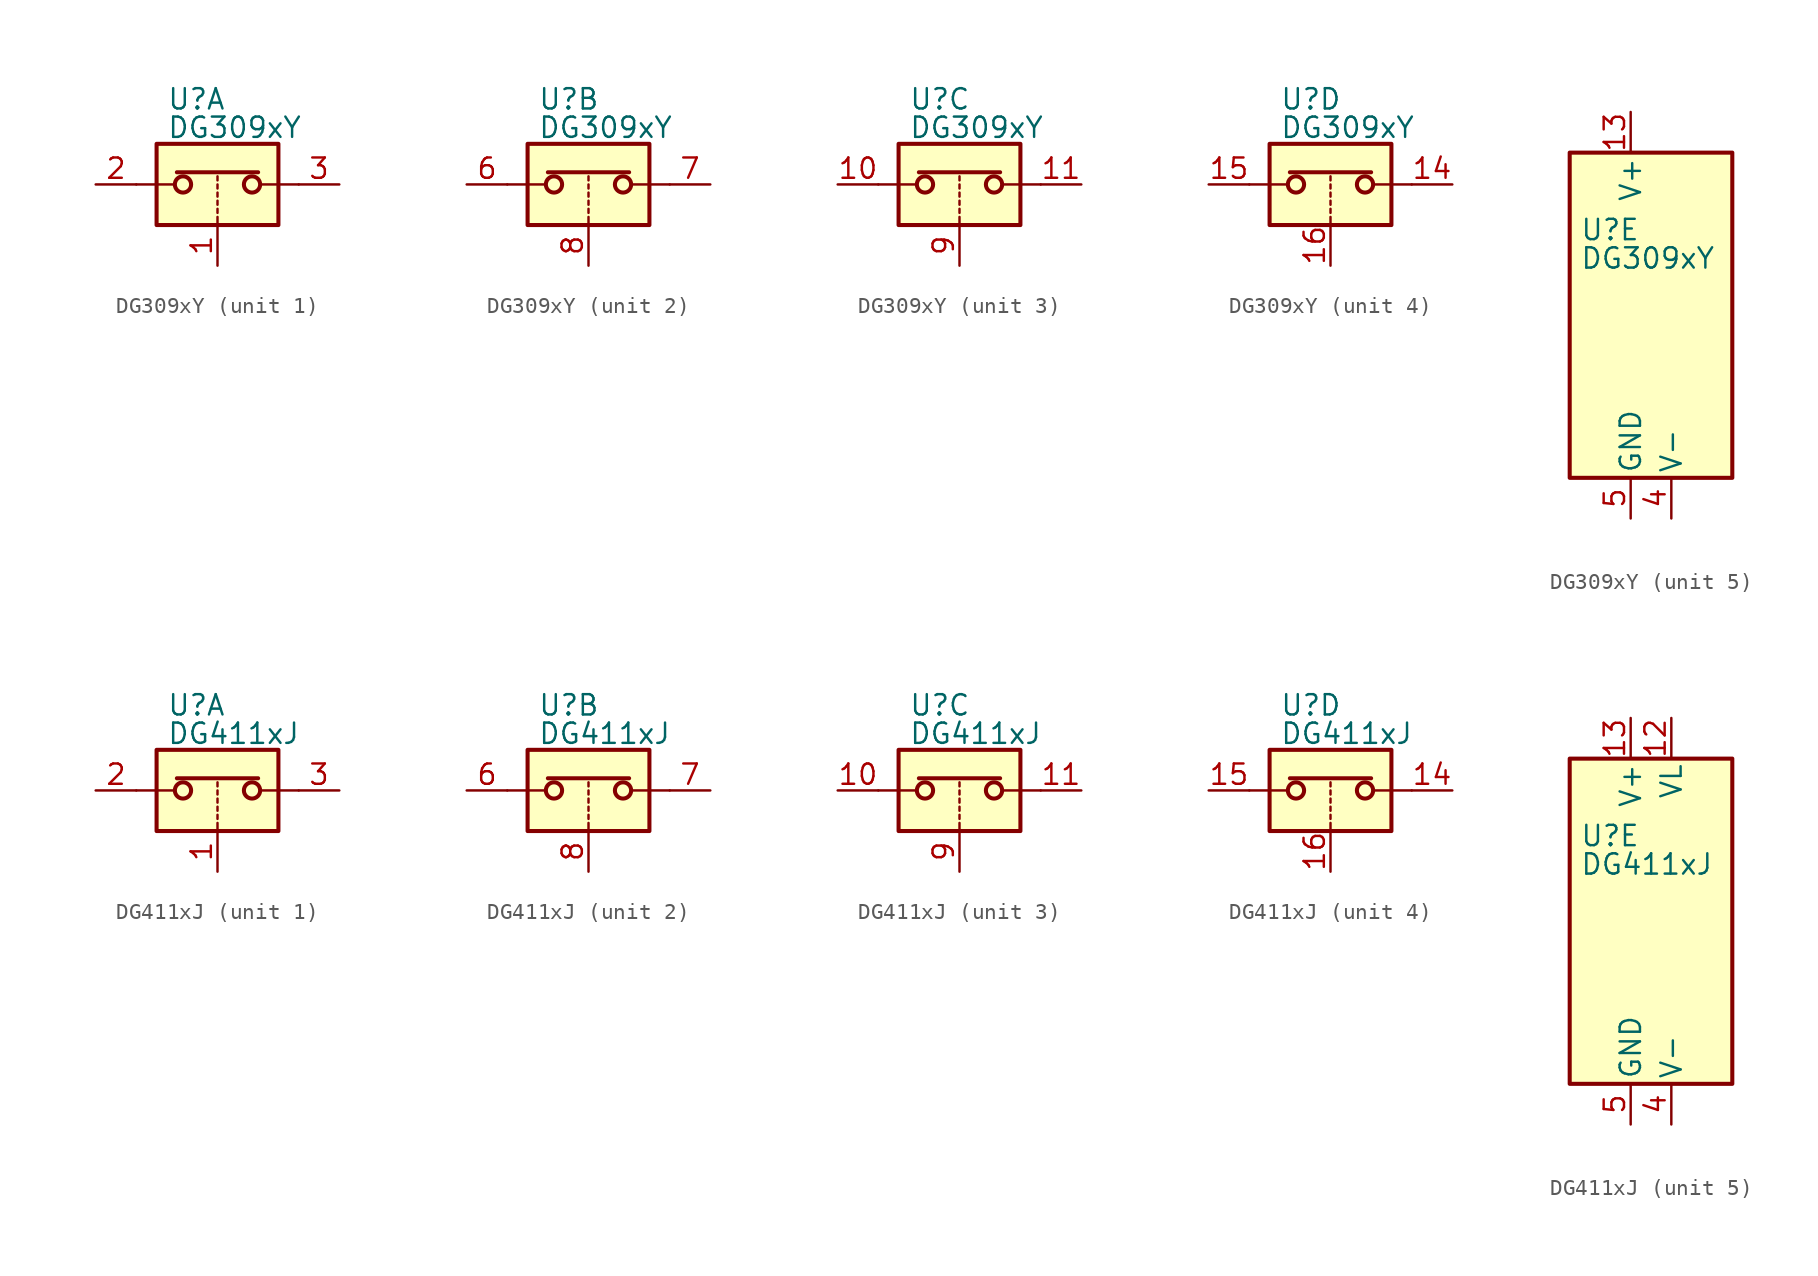
<source format=kicad_sym>
(kicad_symbol_lib
  (version 20200908)
  (generator kicad_symbol_editor)
  (symbol "Analog_Switch:DG309xY"
    (pin_names
      (offset 0.254))
    (property "Reference" "U"
      (at -3.175 5.334 0)
      (effects (font (size 1.27 1.27)) (justify left)))
    (property "Value" "DG309xY"
      (at -3.175 3.556 0)
      (effects (font (size 1.27 1.27)) (justify left)))
    (symbol "DG309xY_1_1"
      (circle (center -2.159 0) (radius 0.508) (stroke (width 0.254)) (fill (type none)))
      (circle (center 2.159 0) (radius 0.508) (stroke (width 0.254)) (fill (type none)))
      (rectangle (start -3.81 2.54) (end 3.81 -2.54) (stroke (width 0.254)) (fill (type background)))
      (polyline (pts (xy -5.08 0) (xy -2.794 0)) (stroke (width 0)) (fill (type none)))
      (polyline (pts (xy -2.54 0.762) (xy 2.54 0.762)) (stroke (width 0.254)) (fill (type none)))
      (polyline (pts (xy 0 -2.54) (xy 0 -2.032)) (stroke (width 0)) (fill (type none)))
      (polyline (pts (xy 0 -1.778) (xy 0 -1.524)) (stroke (width 0)) (fill (type none)))
      (polyline (pts (xy 0 -1.27) (xy 0 -1.016)) (stroke (width 0)) (fill (type none)))
      (polyline (pts (xy 0 -0.762) (xy 0 -0.508)) (stroke (width 0)) (fill (type none)))
      (polyline (pts (xy 0 -0.254) (xy 0 0)) (stroke (width 0)) (fill (type none)))
      (polyline (pts (xy 0 0.254) (xy 0 0.508)) (stroke (width 0)) (fill (type none)))
      (polyline (pts (xy 5.08 0) (xy 2.794 0)) (stroke (width 0)) (fill (type none)))
      (pin input line (at 0 -5.08 90) (length 2.54) (name "~" (effects (font (size 1.27 1.27)))) (number "1" (effects (font (size 1.27 1.27)))))
      (pin passive line (at -7.62 0 0) (length 2.54) (name "~" (effects (font (size 1.27 1.27)))) (number "2" (effects (font (size 1.27 1.27)))))
      (pin passive line (at 7.62 0 180) (length 2.54) (name "~" (effects (font (size 1.27 1.27)))) (number "3" (effects (font (size 1.27 1.27))))))
    (symbol "DG309xY_2_1"
      (circle (center -2.159 0) (radius 0.508) (stroke (width 0.254)) (fill (type none)))
      (circle (center 2.159 0) (radius 0.508) (stroke (width 0.254)) (fill (type none)))
      (rectangle (start -3.81 2.54) (end 3.81 -2.54) (stroke (width 0.254)) (fill (type background)))
      (polyline (pts (xy -5.08 0) (xy -2.794 0)) (stroke (width 0)) (fill (type none)))
      (polyline (pts (xy -2.54 0.762) (xy 2.54 0.762)) (stroke (width 0.254)) (fill (type none)))
      (polyline (pts (xy 0 -2.54) (xy 0 -2.032)) (stroke (width 0)) (fill (type none)))
      (polyline (pts (xy 0 -1.778) (xy 0 -1.524)) (stroke (width 0)) (fill (type none)))
      (polyline (pts (xy 0 -1.27) (xy 0 -1.016)) (stroke (width 0)) (fill (type none)))
      (polyline (pts (xy 0 -0.762) (xy 0 -0.508)) (stroke (width 0)) (fill (type none)))
      (polyline (pts (xy 0 -0.254) (xy 0 0)) (stroke (width 0)) (fill (type none)))
      (polyline (pts (xy 0 0.254) (xy 0 0.508)) (stroke (width 0)) (fill (type none)))
      (polyline (pts (xy 5.08 0) (xy 2.794 0)) (stroke (width 0)) (fill (type none)))
      (pin passive line (at -7.62 0 0) (length 2.54) (name "~" (effects (font (size 1.27 1.27)))) (number "6" (effects (font (size 1.27 1.27)))))
      (pin passive line (at 7.62 0 180) (length 2.54) (name "~" (effects (font (size 1.27 1.27)))) (number "7" (effects (font (size 1.27 1.27)))))
      (pin input line (at 0 -5.08 90) (length 2.54) (name "~" (effects (font (size 1.27 1.27)))) (number "8" (effects (font (size 1.27 1.27))))))
    (symbol "DG309xY_3_1"
      (circle (center -2.159 0) (radius 0.508) (stroke (width 0.254)) (fill (type none)))
      (circle (center 2.159 0) (radius 0.508) (stroke (width 0.254)) (fill (type none)))
      (rectangle (start -3.81 2.54) (end 3.81 -2.54) (stroke (width 0.254)) (fill (type background)))
      (polyline (pts (xy -5.08 0) (xy -2.794 0)) (stroke (width 0)) (fill (type none)))
      (polyline (pts (xy -2.54 0.762) (xy 2.54 0.762)) (stroke (width 0.254)) (fill (type none)))
      (polyline (pts (xy 0 -2.54) (xy 0 -2.032)) (stroke (width 0)) (fill (type none)))
      (polyline (pts (xy 0 -1.778) (xy 0 -1.524)) (stroke (width 0)) (fill (type none)))
      (polyline (pts (xy 0 -1.27) (xy 0 -1.016)) (stroke (width 0)) (fill (type none)))
      (polyline (pts (xy 0 -0.762) (xy 0 -0.508)) (stroke (width 0)) (fill (type none)))
      (polyline (pts (xy 0 -0.254) (xy 0 0)) (stroke (width 0)) (fill (type none)))
      (polyline (pts (xy 0 0.254) (xy 0 0.508)) (stroke (width 0)) (fill (type none)))
      (polyline (pts (xy 5.08 0) (xy 2.794 0)) (stroke (width 0)) (fill (type none)))
      (pin passive line (at -7.62 0 0) (length 2.54) (name "~" (effects (font (size 1.27 1.27)))) (number "10" (effects (font (size 1.27 1.27)))))
      (pin passive line (at 7.62 0 180) (length 2.54) (name "~" (effects (font (size 1.27 1.27)))) (number "11" (effects (font (size 1.27 1.27)))))
      (pin input line (at 0 -5.08 90) (length 2.54) (name "~" (effects (font (size 1.27 1.27)))) (number "9" (effects (font (size 1.27 1.27))))))
    (symbol "DG309xY_4_1"
      (circle (center -2.159 0) (radius 0.508) (stroke (width 0.254)) (fill (type none)))
      (circle (center 2.159 0) (radius 0.508) (stroke (width 0.254)) (fill (type none)))
      (rectangle (start -3.81 2.54) (end 3.81 -2.54) (stroke (width 0.254)) (fill (type background)))
      (polyline (pts (xy -5.08 0) (xy -2.794 0)) (stroke (width 0)) (fill (type none)))
      (polyline (pts (xy -2.54 0.762) (xy 2.54 0.762)) (stroke (width 0.254)) (fill (type none)))
      (polyline (pts (xy 0 -2.54) (xy 0 -2.032)) (stroke (width 0)) (fill (type none)))
      (polyline (pts (xy 0 -1.778) (xy 0 -1.524)) (stroke (width 0)) (fill (type none)))
      (polyline (pts (xy 0 -1.27) (xy 0 -1.016)) (stroke (width 0)) (fill (type none)))
      (polyline (pts (xy 0 -0.762) (xy 0 -0.508)) (stroke (width 0)) (fill (type none)))
      (polyline (pts (xy 0 -0.254) (xy 0 0)) (stroke (width 0)) (fill (type none)))
      (polyline (pts (xy 0 0.254) (xy 0 0.508)) (stroke (width 0)) (fill (type none)))
      (polyline (pts (xy 5.08 0) (xy 2.794 0)) (stroke (width 0)) (fill (type none)))
      (pin passive line (at 7.62 0 180) (length 2.54) (name "~" (effects (font (size 1.27 1.27)))) (number "14" (effects (font (size 1.27 1.27)))))
      (pin passive line (at -7.62 0 0) (length 2.54) (name "~" (effects (font (size 1.27 1.27)))) (number "15" (effects (font (size 1.27 1.27)))))
      (pin input line (at 0 -5.08 90) (length 2.54) (name "~" (effects (font (size 1.27 1.27)))) (number "16" (effects (font (size 1.27 1.27))))))
    (symbol "DG309xY_5_1"
      (rectangle (start -3.81 10.16) (end 6.35 -10.16) (stroke (width 0.254)) (fill (type background))))
    (symbol "DG309xY_5_0"
      (pin unconnected line (at 2.54 10.16 270) (length 2.54) hide (name "NC" (effects (font (size 1.27 1.27)))) (number "12" (effects (font (size 1.27 1.27)))))
      (pin power_in line (at 0 12.7 270) (length 2.54) (name "V+" (effects (font (size 1.27 1.27)))) (number "13" (effects (font (size 1.27 1.27)))))
      (pin power_in line (at 2.54 -12.7 90) (length 2.54) (name "V-" (effects (font (size 1.27 1.27)))) (number "4" (effects (font (size 1.27 1.27)))))
      (pin power_in line (at 0 -12.7 90) (length 2.54) (name "GND" (effects (font (size 1.27 1.27)))) (number "5" (effects (font (size 1.27 1.27)))))))
  (symbol "Analog_Switch:DG411xJ"
    (pin_names
      (offset 0.254))
    (property "Reference" "U"
      (at -3.175 5.334 0)
      (effects (font (size 1.27 1.27)) (justify left)))
    (property "Value" "DG411xJ"
      (at -3.175 3.556 0)
      (effects (font (size 1.27 1.27)) (justify left)))
    (symbol "DG411xJ_1_1"
      (circle (center -2.159 0) (radius 0.508) (stroke (width 0.254)) (fill (type none)))
      (circle (center 2.159 0) (radius 0.508) (stroke (width 0.254)) (fill (type none)))
      (rectangle (start -3.81 2.54) (end 3.81 -2.54) (stroke (width 0.254)) (fill (type background)))
      (polyline (pts (xy -5.08 0) (xy -2.794 0)) (stroke (width 0)) (fill (type none)))
      (polyline (pts (xy -2.54 0.762) (xy 2.54 0.762)) (stroke (width 0.254)) (fill (type none)))
      (polyline (pts (xy 0 -2.54) (xy 0 -2.032)) (stroke (width 0)) (fill (type none)))
      (polyline (pts (xy 0 -1.778) (xy 0 -1.524)) (stroke (width 0)) (fill (type none)))
      (polyline (pts (xy 0 -1.27) (xy 0 -1.016)) (stroke (width 0)) (fill (type none)))
      (polyline (pts (xy 0 -0.762) (xy 0 -0.508)) (stroke (width 0)) (fill (type none)))
      (polyline (pts (xy 0 -0.254) (xy 0 0)) (stroke (width 0)) (fill (type none)))
      (polyline (pts (xy 0 0.254) (xy 0 0.508)) (stroke (width 0)) (fill (type none)))
      (polyline (pts (xy 5.08 0) (xy 2.794 0)) (stroke (width 0)) (fill (type none)))
      (pin input line (at 0 -5.08 90) (length 2.54) (name "~" (effects (font (size 1.27 1.27)))) (number "1" (effects (font (size 1.27 1.27)))))
      (pin passive line (at -7.62 0 0) (length 2.54) (name "~" (effects (font (size 1.27 1.27)))) (number "2" (effects (font (size 1.27 1.27)))))
      (pin passive line (at 7.62 0 180) (length 2.54) (name "~" (effects (font (size 1.27 1.27)))) (number "3" (effects (font (size 1.27 1.27))))))
    (symbol "DG411xJ_2_1"
      (circle (center -2.159 0) (radius 0.508) (stroke (width 0.254)) (fill (type none)))
      (circle (center 2.159 0) (radius 0.508) (stroke (width 0.254)) (fill (type none)))
      (rectangle (start -3.81 2.54) (end 3.81 -2.54) (stroke (width 0.254)) (fill (type background)))
      (polyline (pts (xy -5.08 0) (xy -2.794 0)) (stroke (width 0)) (fill (type none)))
      (polyline (pts (xy -2.54 0.762) (xy 2.54 0.762)) (stroke (width 0.254)) (fill (type none)))
      (polyline (pts (xy 0 -2.54) (xy 0 -2.032)) (stroke (width 0)) (fill (type none)))
      (polyline (pts (xy 0 -1.778) (xy 0 -1.524)) (stroke (width 0)) (fill (type none)))
      (polyline (pts (xy 0 -1.27) (xy 0 -1.016)) (stroke (width 0)) (fill (type none)))
      (polyline (pts (xy 0 -0.762) (xy 0 -0.508)) (stroke (width 0)) (fill (type none)))
      (polyline (pts (xy 0 -0.254) (xy 0 0)) (stroke (width 0)) (fill (type none)))
      (polyline (pts (xy 0 0.254) (xy 0 0.508)) (stroke (width 0)) (fill (type none)))
      (polyline (pts (xy 5.08 0) (xy 2.794 0)) (stroke (width 0)) (fill (type none)))
      (pin passive line (at -7.62 0 0) (length 2.54) (name "~" (effects (font (size 1.27 1.27)))) (number "6" (effects (font (size 1.27 1.27)))))
      (pin passive line (at 7.62 0 180) (length 2.54) (name "~" (effects (font (size 1.27 1.27)))) (number "7" (effects (font (size 1.27 1.27)))))
      (pin input line (at 0 -5.08 90) (length 2.54) (name "~" (effects (font (size 1.27 1.27)))) (number "8" (effects (font (size 1.27 1.27))))))
    (symbol "DG411xJ_3_1"
      (circle (center -2.159 0) (radius 0.508) (stroke (width 0.254)) (fill (type none)))
      (circle (center 2.159 0) (radius 0.508) (stroke (width 0.254)) (fill (type none)))
      (rectangle (start -3.81 2.54) (end 3.81 -2.54) (stroke (width 0.254)) (fill (type background)))
      (polyline (pts (xy -5.08 0) (xy -2.794 0)) (stroke (width 0)) (fill (type none)))
      (polyline (pts (xy -2.54 0.762) (xy 2.54 0.762)) (stroke (width 0.254)) (fill (type none)))
      (polyline (pts (xy 0 -2.54) (xy 0 -2.032)) (stroke (width 0)) (fill (type none)))
      (polyline (pts (xy 0 -1.778) (xy 0 -1.524)) (stroke (width 0)) (fill (type none)))
      (polyline (pts (xy 0 -1.27) (xy 0 -1.016)) (stroke (width 0)) (fill (type none)))
      (polyline (pts (xy 0 -0.762) (xy 0 -0.508)) (stroke (width 0)) (fill (type none)))
      (polyline (pts (xy 0 -0.254) (xy 0 0)) (stroke (width 0)) (fill (type none)))
      (polyline (pts (xy 0 0.254) (xy 0 0.508)) (stroke (width 0)) (fill (type none)))
      (polyline (pts (xy 5.08 0) (xy 2.794 0)) (stroke (width 0)) (fill (type none)))
      (pin passive line (at -7.62 0 0) (length 2.54) (name "~" (effects (font (size 1.27 1.27)))) (number "10" (effects (font (size 1.27 1.27)))))
      (pin passive line (at 7.62 0 180) (length 2.54) (name "~" (effects (font (size 1.27 1.27)))) (number "11" (effects (font (size 1.27 1.27)))))
      (pin input line (at 0 -5.08 90) (length 2.54) (name "~" (effects (font (size 1.27 1.27)))) (number "9" (effects (font (size 1.27 1.27))))))
    (symbol "DG411xJ_4_1"
      (circle (center -2.159 0) (radius 0.508) (stroke (width 0.254)) (fill (type none)))
      (circle (center 2.159 0) (radius 0.508) (stroke (width 0.254)) (fill (type none)))
      (rectangle (start -3.81 2.54) (end 3.81 -2.54) (stroke (width 0.254)) (fill (type background)))
      (polyline (pts (xy -5.08 0) (xy -2.794 0)) (stroke (width 0)) (fill (type none)))
      (polyline (pts (xy -2.54 0.762) (xy 2.54 0.762)) (stroke (width 0.254)) (fill (type none)))
      (polyline (pts (xy 0 -2.54) (xy 0 -2.032)) (stroke (width 0)) (fill (type none)))
      (polyline (pts (xy 0 -1.778) (xy 0 -1.524)) (stroke (width 0)) (fill (type none)))
      (polyline (pts (xy 0 -1.27) (xy 0 -1.016)) (stroke (width 0)) (fill (type none)))
      (polyline (pts (xy 0 -0.762) (xy 0 -0.508)) (stroke (width 0)) (fill (type none)))
      (polyline (pts (xy 0 -0.254) (xy 0 0)) (stroke (width 0)) (fill (type none)))
      (polyline (pts (xy 0 0.254) (xy 0 0.508)) (stroke (width 0)) (fill (type none)))
      (polyline (pts (xy 5.08 0) (xy 2.794 0)) (stroke (width 0)) (fill (type none)))
      (pin passive line (at 7.62 0 180) (length 2.54) (name "~" (effects (font (size 1.27 1.27)))) (number "14" (effects (font (size 1.27 1.27)))))
      (pin passive line (at -7.62 0 0) (length 2.54) (name "~" (effects (font (size 1.27 1.27)))) (number "15" (effects (font (size 1.27 1.27)))))
      (pin input line (at 0 -5.08 90) (length 2.54) (name "~" (effects (font (size 1.27 1.27)))) (number "16" (effects (font (size 1.27 1.27))))))
    (symbol "DG411xJ_5_1"
      (rectangle (start -3.81 10.16) (end 6.35 -10.16) (stroke (width 0.254)) (fill (type background))))
    (symbol "DG411xJ_5_0"
      (pin power_in line (at 2.54 12.7 270) (length 2.54) (name "VL" (effects (font (size 1.27 1.27)))) (number "12" (effects (font (size 1.27 1.27)))))
      (pin power_in line (at 0 12.7 270) (length 2.54) (name "V+" (effects (font (size 1.27 1.27)))) (number "13" (effects (font (size 1.27 1.27)))))
      (pin power_in line (at 2.54 -12.7 90) (length 2.54) (name "V-" (effects (font (size 1.27 1.27)))) (number "4" (effects (font (size 1.27 1.27)))))
      (pin power_in line (at 0 -12.7 90) (length 2.54) (name "GND" (effects (font (size 1.27 1.27)))) (number "5" (effects (font (size 1.27 1.27))))))))
</source>
